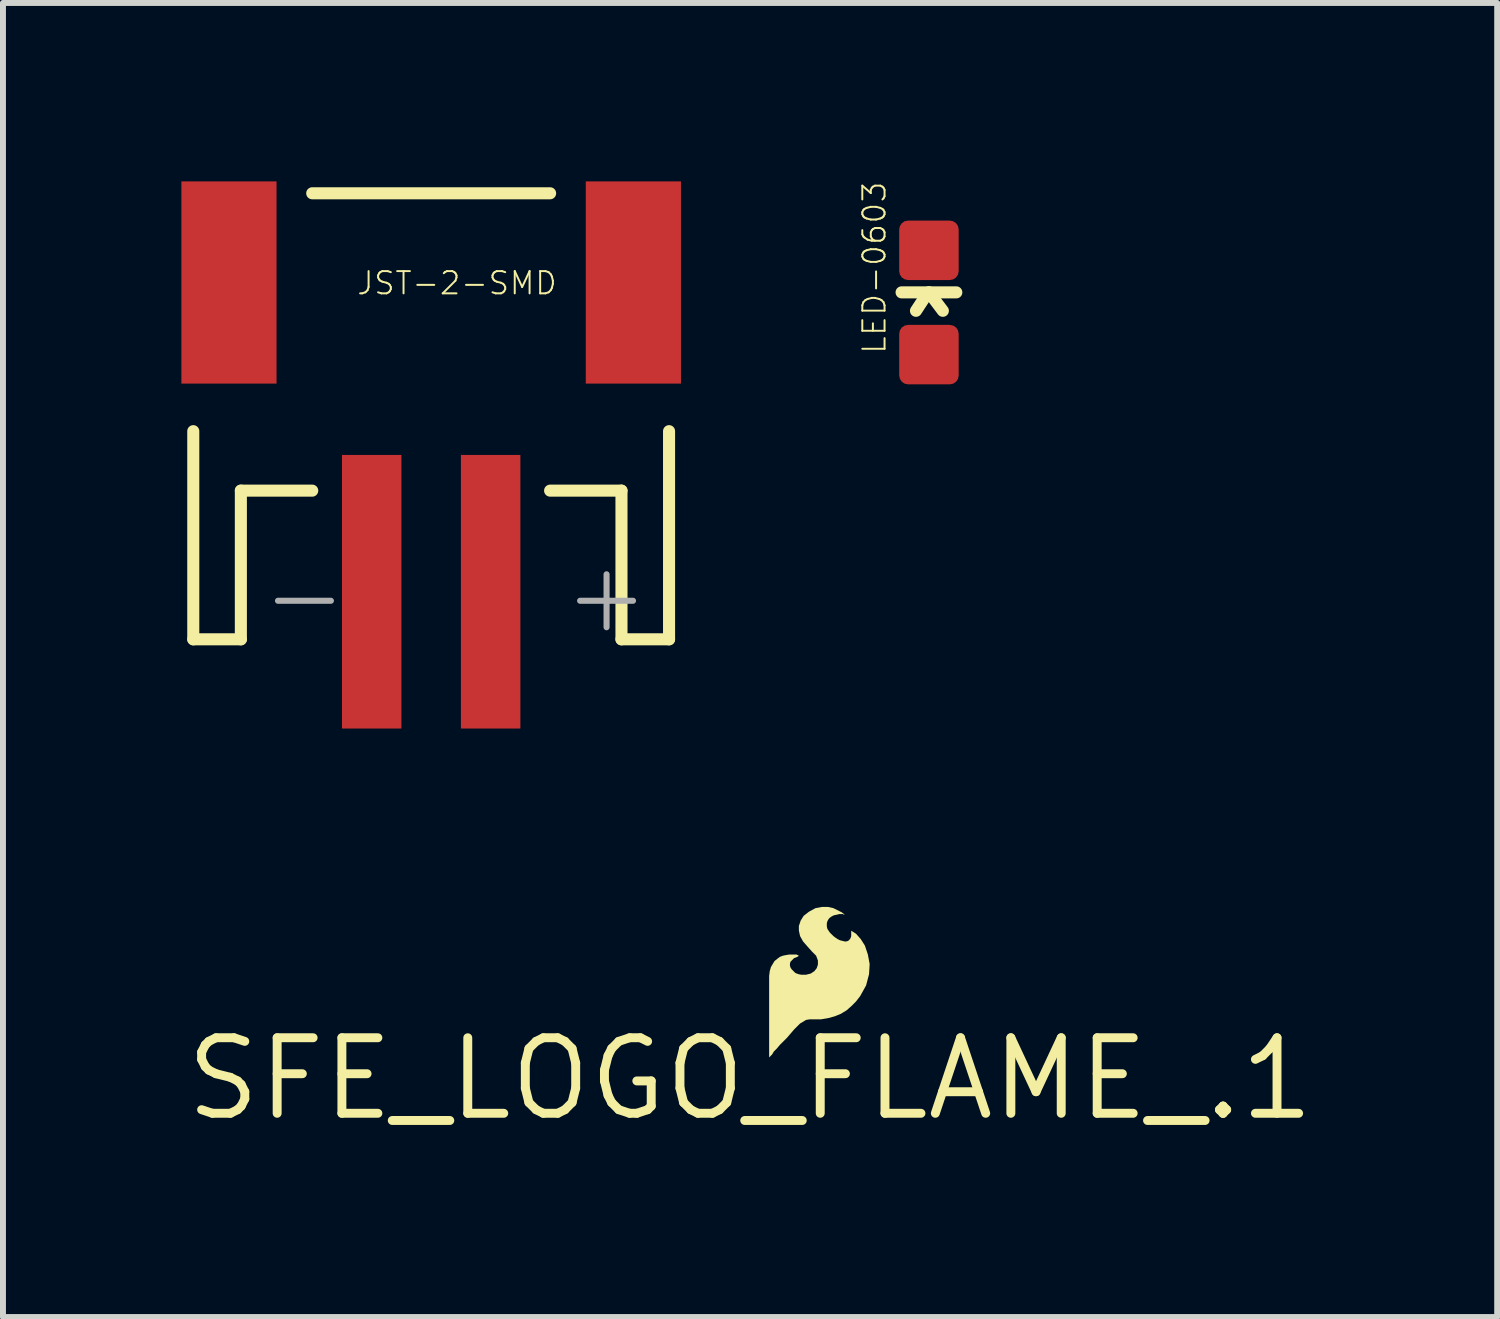
<source format=kicad_pcb>
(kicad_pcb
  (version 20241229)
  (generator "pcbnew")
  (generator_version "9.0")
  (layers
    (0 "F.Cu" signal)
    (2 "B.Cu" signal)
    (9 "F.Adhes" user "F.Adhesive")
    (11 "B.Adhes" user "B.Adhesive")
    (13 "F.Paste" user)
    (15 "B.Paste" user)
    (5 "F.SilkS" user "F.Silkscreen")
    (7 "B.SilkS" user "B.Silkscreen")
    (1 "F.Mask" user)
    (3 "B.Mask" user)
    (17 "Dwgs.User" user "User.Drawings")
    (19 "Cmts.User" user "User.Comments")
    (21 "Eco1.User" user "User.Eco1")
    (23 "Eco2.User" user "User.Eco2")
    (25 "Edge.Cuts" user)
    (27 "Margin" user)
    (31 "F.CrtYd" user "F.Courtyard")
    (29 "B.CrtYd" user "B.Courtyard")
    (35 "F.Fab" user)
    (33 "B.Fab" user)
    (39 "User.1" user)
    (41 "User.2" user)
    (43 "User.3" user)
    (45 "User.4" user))
  (footprint "SFE_LOGO_FLAME_.1"
    (layer "F.Cu")
    (at 9.563 15.09)
    (property "Reference" "SFE_LOGO_FLAME_.1" (at 0 0 0) (layer "F.SilkS") (effects (font (size 1.27 1.27) (thickness 0.15))))
    (fp_poly (pts (xy 1.4 -2.87) (xy 1.54 -2.8) (xy 1.58 -2.77) (xy 1.59 -2.76) (xy 1.58 -2.76) (xy 1.56 -2.77) (xy 1.5 -2.77) (xy 1.46 -2.76) (xy 1.41 -2.75) (xy 1.37 -2.73) (xy 1.33 -2.7) (xy 1.31 -2.67) (xy 1.3 -2.65) (xy 1.29 -2.62) (xy 1.29 -2.56) (xy 1.3 -2.52) (xy 1.34 -2.46) (xy 1.4 -2.4) (xy 1.44 -2.37) (xy 1.47 -2.35) (xy 1.51 -2.33) (xy 1.59 -2.31) (xy 1.62 -2.31) (xy 1.65 -2.32) (xy 1.68 -2.35) (xy 1.69 -2.37) (xy 1.7 -2.4) (xy 1.7 -2.49) (xy 1.78 -2.44) (xy 1.86 -2.35) (xy 1.93 -2.24) (xy 1.98 -2.09) (xy 2.01 -1.93) (xy 2 -1.76) (xy 1.95 -1.57) (xy 1.85 -1.39) (xy 1.78 -1.3) (xy 1.7 -1.22) (xy 1.62 -1.15) (xy 1.52 -1.09) (xy 1.42 -1.05) (xy 1.31 -1.02) (xy 1.19 -1) (xy 1 -1) (xy 0.94 -0.99) (xy 0.84 -0.93) (xy 0.74 -0.83) (xy 0.62 -0.69) (xy 0.5 -0.57) (xy 0.45 -0.51) (xy 0.4 -0.46) (xy 0.37 -0.41) (xy 0.32 -0.36) (xy 0.32 -1.73) (xy 0.33 -1.81) (xy 0.35 -1.88) (xy 0.41 -1.98) (xy 0.46 -2.02) (xy 0.5 -2.05) (xy 0.55 -2.07) (xy 0.6 -2.08) (xy 0.66 -2.09) (xy 0.78 -2.09) (xy 0.82 -2.07) (xy 0.81 -2.06) (xy 0.77 -2.04) (xy 0.74 -2.03) (xy 0.68 -1.97) (xy 0.67 -1.94) (xy 0.67 -1.9) (xy 0.68 -1.87) (xy 0.7 -1.84) (xy 0.76 -1.78) (xy 0.81 -1.76) (xy 0.86 -1.75) (xy 0.94 -1.75) (xy 1.02 -1.77) (xy 1.08 -1.81) (xy 1.12 -1.86) (xy 1.14 -1.92) (xy 1.14 -1.99) (xy 1.11 -2.07) (xy 1.04 -2.14) (xy 0.96 -2.23) (xy 0.89 -2.31) (xy 0.84 -2.4) (xy 0.82 -2.49) (xy 0.82 -2.57) (xy 0.85 -2.66) (xy 0.9 -2.74) (xy 0.99 -2.81) (xy 1.1 -2.87) (xy 1.21 -2.89) (xy 1.31 -2.89)) (stroke (width 0) (type default)) (fill yes) (layer "F.SilkS")))
  (footprint "JST-2-SMD"
    (layer "F.Cu")
    (at 4.2 3.2)
    (property "Reference" "JST-2-SMD" (at -1.27 -1.27 0) (layer "F.SilkS") (effects (font (size 0.374 0.374) (thickness 0.033)) (justify left bottom)))
    (fp_line (start -4 1) (end -4 4.5) (stroke (width 0.203) (type solid)) (layer "F.SilkS"))
    (fp_line (start -4 4.5) (end -3.2 4.5) (stroke (width 0.203) (type solid)) (layer "F.SilkS"))
    (fp_line (start -3.2 2) (end -2 2) (stroke (width 0.203) (type solid)) (layer "F.SilkS"))
    (fp_line (start -3.2 4.5) (end -3.2 2) (stroke (width 0.203) (type solid)) (layer "F.SilkS"))
    (fp_line (start 2 -3) (end -2 -3) (stroke (width 0.203) (type solid)) (layer "F.SilkS"))
    (fp_line (start 2 2) (end 3.2 2) (stroke (width 0.203) (type solid)) (layer "F.SilkS"))
    (fp_line (start 3.2 2) (end 3.2 4.5) (stroke (width 0.203) (type solid)) (layer "F.SilkS"))
    (fp_line (start 3.2 4.5) (end 4 4.5) (stroke (width 0.203) (type solid)) (layer "F.SilkS"))
    (fp_line (start 4 4.5) (end 4 1) (stroke (width 0.203) (type solid)) (layer "F.SilkS"))
    (fp_text user "-" (at -2.921 4.445 0) (layer "F.Fab") (effects (font (size 1.168 1.168) (thickness 0.102)) (justify left bottom)))
    (fp_text user "+" (at 2.159 4.445 0) (layer "F.Fab") (effects (font (size 1.168 1.168) (thickness 0.102)) (justify left bottom)))
    (pad "1" smd rect (at -1 3.7) (size 1 4.6) (layers "F.Cu" "F.Mask" "F.Paste"))
    (pad "2" smd rect (at 1 3.7) (size 1 4.6) (layers "F.Cu" "F.Mask" "F.Paste"))
    (pad "NC1" smd rect (at -3.4 -1.5 90) (size 3.4 1.6) (layers "F.Cu" "F.Mask" "F.Paste"))
    (pad "NC2" smd rect (at 3.4 -1.5 90) (size 3.4 1.6) (layers "F.Cu" "F.Mask" "F.Paste")))
  (footprint "LED-0603"
    (layer "F.Cu")
    (at 12.57 2.036)
    (property "Reference" "LED-0603" (at -0.699 0.889 90) (layer "F.SilkS") (effects (font (size 0.374 0.374) (thickness 0.033)) (justify left bottom)))
    (fp_line (start -0.46 -0.17) (end 0 -0.17) (stroke (width 0.203) (type solid)) (layer "F.SilkS"))
    (fp_line (start -0.025 -0.155) (end -0.218 0.14) (stroke (width 0.203) (type solid)) (layer "F.SilkS"))
    (fp_line (start 0 -0.17) (end 0.234 0.14) (stroke (width 0.203) (type solid)) (layer "F.SilkS"))
    (fp_line (start 0.46 -0.17) (end 0 -0.17) (stroke (width 0.203) (type solid)) (layer "F.SilkS"))
    (pad "A" smd roundrect (at 0 0.877) (size 1 1) (layers "F.Cu" "F.Mask" "F.Paste") (roundrect_rratio 0.15))
    (pad "C" smd roundrect (at 0 -0.877) (size 1 1) (layers "F.Cu" "F.Mask" "F.Paste") (roundrect_rratio 0.15)))
  (gr_rect
    (start -3 -3)
    (end 22.125 19.096)
    (stroke (width 0.1) (type default))
    (fill no)
    (layer "Edge.Cuts")))
</source>
